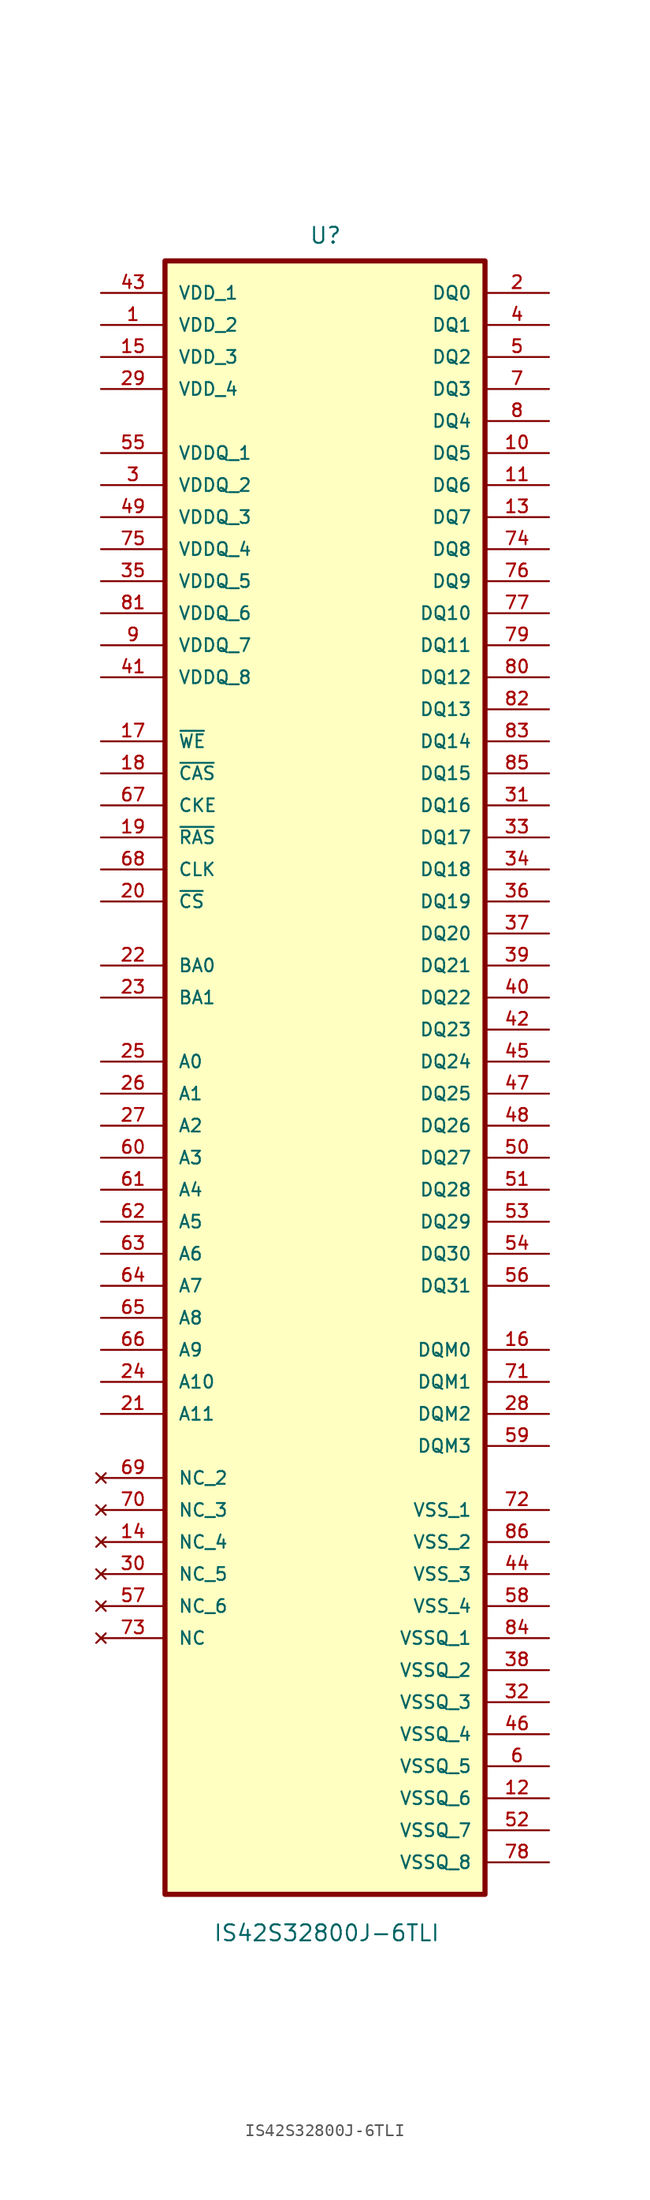
<source format=kicad_sym>
(kicad_symbol_lib
  (version 20211014)
  (generator kicad_symbol_editor)
  (symbol "IS42S32800J-6TLI"
    (pin_names
      (offset 1.016))
    (property "Reference" "U"
      (at -1.27 69.85 0)
      (effects (font (size 1.27 1.27)) (justify left bottom)))
    (property "Value" "IS42S32800J-6TLI"
      (at -8.89 -64.77 0)
      (effects (font (size 1.27 1.27)) (justify left bottom)))
    (property "ki_locked" ""
      (at 0 0 0)
      (effects (font (size 1.27 1.27))))
    (symbol "IS42S32800J-6TLI_0_0"
      (rectangle (start -12.7 68.58) (end 12.7 -60.96) (stroke (width 0.406) (type default) (color 0 0 0 0)) (fill (type background)))
      (pin power_in line (at -17.78 63.5 0) (length 5.08) (name "VDD_2" (effects (font (size 1.016 1.016)))) (number "1" (effects (font (size 1.016 1.016)))))
      (pin bidirectional line (at 17.78 53.34 180) (length 5.08) (name "DQ5" (effects (font (size 1.016 1.016)))) (number "10" (effects (font (size 1.016 1.016)))))
      (pin bidirectional line (at 17.78 50.8 180) (length 5.08) (name "DQ6" (effects (font (size 1.016 1.016)))) (number "11" (effects (font (size 1.016 1.016)))))
      (pin power_in line (at 17.78 -53.34 180) (length 5.08) (name "VSSQ_6" (effects (font (size 1.016 1.016)))) (number "12" (effects (font (size 1.016 1.016)))))
      (pin bidirectional line (at 17.78 48.26 180) (length 5.08) (name "DQ7" (effects (font (size 1.016 1.016)))) (number "13" (effects (font (size 1.016 1.016)))))
      (pin no_connect line (at -17.78 -33.02 0) (length 5.08) (name "NC_4" (effects (font (size 1.016 1.016)))) (number "14" (effects (font (size 1.016 1.016)))))
      (pin power_in line (at -17.78 60.96 0) (length 5.08) (name "VDD_3" (effects (font (size 1.016 1.016)))) (number "15" (effects (font (size 1.016 1.016)))))
      (pin bidirectional line (at 17.78 -17.78 180) (length 5.08) (name "DQM0" (effects (font (size 1.016 1.016)))) (number "16" (effects (font (size 1.016 1.016)))))
      (pin input line (at -17.78 30.48 0) (length 5.08) (name "~{WE}" (effects (font (size 1.016 1.016)))) (number "17" (effects (font (size 1.016 1.016)))))
      (pin input line (at -17.78 27.94 0) (length 5.08) (name "~{CAS}" (effects (font (size 1.016 1.016)))) (number "18" (effects (font (size 1.016 1.016)))))
      (pin input line (at -17.78 22.86 0) (length 5.08) (name "~{RAS}" (effects (font (size 1.016 1.016)))) (number "19" (effects (font (size 1.016 1.016)))))
      (pin bidirectional line (at 17.78 66.04 180) (length 5.08) (name "DQ0" (effects (font (size 1.016 1.016)))) (number "2" (effects (font (size 1.016 1.016)))))
      (pin input line (at -17.78 17.78 0) (length 5.08) (name "~{CS}" (effects (font (size 1.016 1.016)))) (number "20" (effects (font (size 1.016 1.016)))))
      (pin input line (at -17.78 -22.86 0) (length 5.08) (name "A11" (effects (font (size 1.016 1.016)))) (number "21" (effects (font (size 1.016 1.016)))))
      (pin input line (at -17.78 12.7 0) (length 5.08) (name "BA0" (effects (font (size 1.016 1.016)))) (number "22" (effects (font (size 1.016 1.016)))))
      (pin input line (at -17.78 10.16 0) (length 5.08) (name "BA1" (effects (font (size 1.016 1.016)))) (number "23" (effects (font (size 1.016 1.016)))))
      (pin input line (at -17.78 -20.32 0) (length 5.08) (name "A10" (effects (font (size 1.016 1.016)))) (number "24" (effects (font (size 1.016 1.016)))))
      (pin input line (at -17.78 5.08 0) (length 5.08) (name "A0" (effects (font (size 1.016 1.016)))) (number "25" (effects (font (size 1.016 1.016)))))
      (pin input line (at -17.78 2.54 0) (length 5.08) (name "A1" (effects (font (size 1.016 1.016)))) (number "26" (effects (font (size 1.016 1.016)))))
      (pin input line (at -17.78 0 0) (length 5.08) (name "A2" (effects (font (size 1.016 1.016)))) (number "27" (effects (font (size 1.016 1.016)))))
      (pin bidirectional line (at 17.78 -22.86 180) (length 5.08) (name "DQM2" (effects (font (size 1.016 1.016)))) (number "28" (effects (font (size 1.016 1.016)))))
      (pin power_in line (at -17.78 58.42 0) (length 5.08) (name "VDD_4" (effects (font (size 1.016 1.016)))) (number "29" (effects (font (size 1.016 1.016)))))
      (pin power_in line (at -17.78 50.8 0) (length 5.08) (name "VDDQ_2" (effects (font (size 1.016 1.016)))) (number "3" (effects (font (size 1.016 1.016)))))
      (pin no_connect line (at -17.78 -35.56 0) (length 5.08) (name "NC_5" (effects (font (size 1.016 1.016)))) (number "30" (effects (font (size 1.016 1.016)))))
      (pin bidirectional line (at 17.78 25.4 180) (length 5.08) (name "DQ16" (effects (font (size 1.016 1.016)))) (number "31" (effects (font (size 1.016 1.016)))))
      (pin power_in line (at 17.78 -45.72 180) (length 5.08) (name "VSSQ_3" (effects (font (size 1.016 1.016)))) (number "32" (effects (font (size 1.016 1.016)))))
      (pin bidirectional line (at 17.78 22.86 180) (length 5.08) (name "DQ17" (effects (font (size 1.016 1.016)))) (number "33" (effects (font (size 1.016 1.016)))))
      (pin bidirectional line (at 17.78 20.32 180) (length 5.08) (name "DQ18" (effects (font (size 1.016 1.016)))) (number "34" (effects (font (size 1.016 1.016)))))
      (pin power_in line (at -17.78 43.18 0) (length 5.08) (name "VDDQ_5" (effects (font (size 1.016 1.016)))) (number "35" (effects (font (size 1.016 1.016)))))
      (pin bidirectional line (at 17.78 17.78 180) (length 5.08) (name "DQ19" (effects (font (size 1.016 1.016)))) (number "36" (effects (font (size 1.016 1.016)))))
      (pin bidirectional line (at 17.78 15.24 180) (length 5.08) (name "DQ20" (effects (font (size 1.016 1.016)))) (number "37" (effects (font (size 1.016 1.016)))))
      (pin power_in line (at 17.78 -43.18 180) (length 5.08) (name "VSSQ_2" (effects (font (size 1.016 1.016)))) (number "38" (effects (font (size 1.016 1.016)))))
      (pin bidirectional line (at 17.78 12.7 180) (length 5.08) (name "DQ21" (effects (font (size 1.016 1.016)))) (number "39" (effects (font (size 1.016 1.016)))))
      (pin bidirectional line (at 17.78 63.5 180) (length 5.08) (name "DQ1" (effects (font (size 1.016 1.016)))) (number "4" (effects (font (size 1.016 1.016)))))
      (pin bidirectional line (at 17.78 10.16 180) (length 5.08) (name "DQ22" (effects (font (size 1.016 1.016)))) (number "40" (effects (font (size 1.016 1.016)))))
      (pin power_in line (at -17.78 35.56 0) (length 5.08) (name "VDDQ_8" (effects (font (size 1.016 1.016)))) (number "41" (effects (font (size 1.016 1.016)))))
      (pin bidirectional line (at 17.78 7.62 180) (length 5.08) (name "DQ23" (effects (font (size 1.016 1.016)))) (number "42" (effects (font (size 1.016 1.016)))))
      (pin power_in line (at -17.78 66.04 0) (length 5.08) (name "VDD_1" (effects (font (size 1.016 1.016)))) (number "43" (effects (font (size 1.016 1.016)))))
      (pin power_in line (at 17.78 -35.56 180) (length 5.08) (name "VSS_3" (effects (font (size 1.016 1.016)))) (number "44" (effects (font (size 1.016 1.016)))))
      (pin bidirectional line (at 17.78 5.08 180) (length 5.08) (name "DQ24" (effects (font (size 1.016 1.016)))) (number "45" (effects (font (size 1.016 1.016)))))
      (pin power_in line (at 17.78 -48.26 180) (length 5.08) (name "VSSQ_4" (effects (font (size 1.016 1.016)))) (number "46" (effects (font (size 1.016 1.016)))))
      (pin bidirectional line (at 17.78 2.54 180) (length 5.08) (name "DQ25" (effects (font (size 1.016 1.016)))) (number "47" (effects (font (size 1.016 1.016)))))
      (pin bidirectional line (at 17.78 0 180) (length 5.08) (name "DQ26" (effects (font (size 1.016 1.016)))) (number "48" (effects (font (size 1.016 1.016)))))
      (pin power_in line (at -17.78 48.26 0) (length 5.08) (name "VDDQ_3" (effects (font (size 1.016 1.016)))) (number "49" (effects (font (size 1.016 1.016)))))
      (pin bidirectional line (at 17.78 60.96 180) (length 5.08) (name "DQ2" (effects (font (size 1.016 1.016)))) (number "5" (effects (font (size 1.016 1.016)))))
      (pin bidirectional line (at 17.78 -2.54 180) (length 5.08) (name "DQ27" (effects (font (size 1.016 1.016)))) (number "50" (effects (font (size 1.016 1.016)))))
      (pin bidirectional line (at 17.78 -5.08 180) (length 5.08) (name "DQ28" (effects (font (size 1.016 1.016)))) (number "51" (effects (font (size 1.016 1.016)))))
      (pin power_in line (at 17.78 -55.88 180) (length 5.08) (name "VSSQ_7" (effects (font (size 1.016 1.016)))) (number "52" (effects (font (size 1.016 1.016)))))
      (pin bidirectional line (at 17.78 -7.62 180) (length 5.08) (name "DQ29" (effects (font (size 1.016 1.016)))) (number "53" (effects (font (size 1.016 1.016)))))
      (pin bidirectional line (at 17.78 -10.16 180) (length 5.08) (name "DQ30" (effects (font (size 1.016 1.016)))) (number "54" (effects (font (size 1.016 1.016)))))
      (pin power_in line (at -17.78 53.34 0) (length 5.08) (name "VDDQ_1" (effects (font (size 1.016 1.016)))) (number "55" (effects (font (size 1.016 1.016)))))
      (pin bidirectional line (at 17.78 -12.7 180) (length 5.08) (name "DQ31" (effects (font (size 1.016 1.016)))) (number "56" (effects (font (size 1.016 1.016)))))
      (pin no_connect line (at -17.78 -38.1 0) (length 5.08) (name "NC_6" (effects (font (size 1.016 1.016)))) (number "57" (effects (font (size 1.016 1.016)))))
      (pin power_in line (at 17.78 -38.1 180) (length 5.08) (name "VSS_4" (effects (font (size 1.016 1.016)))) (number "58" (effects (font (size 1.016 1.016)))))
      (pin bidirectional line (at 17.78 -25.4 180) (length 5.08) (name "DQM3" (effects (font (size 1.016 1.016)))) (number "59" (effects (font (size 1.016 1.016)))))
      (pin power_in line (at 17.78 -50.8 180) (length 5.08) (name "VSSQ_5" (effects (font (size 1.016 1.016)))) (number "6" (effects (font (size 1.016 1.016)))))
      (pin input line (at -17.78 -2.54 0) (length 5.08) (name "A3" (effects (font (size 1.016 1.016)))) (number "60" (effects (font (size 1.016 1.016)))))
      (pin input line (at -17.78 -5.08 0) (length 5.08) (name "A4" (effects (font (size 1.016 1.016)))) (number "61" (effects (font (size 1.016 1.016)))))
      (pin input line (at -17.78 -7.62 0) (length 5.08) (name "A5" (effects (font (size 1.016 1.016)))) (number "62" (effects (font (size 1.016 1.016)))))
      (pin input line (at -17.78 -10.16 0) (length 5.08) (name "A6" (effects (font (size 1.016 1.016)))) (number "63" (effects (font (size 1.016 1.016)))))
      (pin input line (at -17.78 -12.7 0) (length 5.08) (name "A7" (effects (font (size 1.016 1.016)))) (number "64" (effects (font (size 1.016 1.016)))))
      (pin input line (at -17.78 -15.24 0) (length 5.08) (name "A8" (effects (font (size 1.016 1.016)))) (number "65" (effects (font (size 1.016 1.016)))))
      (pin input line (at -17.78 -17.78 0) (length 5.08) (name "A9" (effects (font (size 1.016 1.016)))) (number "66" (effects (font (size 1.016 1.016)))))
      (pin input line (at -17.78 25.4 0) (length 5.08) (name "CKE" (effects (font (size 1.016 1.016)))) (number "67" (effects (font (size 1.016 1.016)))))
      (pin input line (at -17.78 20.32 0) (length 5.08) (name "CLK" (effects (font (size 1.016 1.016)))) (number "68" (effects (font (size 1.016 1.016)))))
      (pin no_connect line (at -17.78 -27.94 0) (length 5.08) (name "NC_2" (effects (font (size 1.016 1.016)))) (number "69" (effects (font (size 1.016 1.016)))))
      (pin bidirectional line (at 17.78 58.42 180) (length 5.08) (name "DQ3" (effects (font (size 1.016 1.016)))) (number "7" (effects (font (size 1.016 1.016)))))
      (pin no_connect line (at -17.78 -30.48 0) (length 5.08) (name "NC_3" (effects (font (size 1.016 1.016)))) (number "70" (effects (font (size 1.016 1.016)))))
      (pin bidirectional line (at 17.78 -20.32 180) (length 5.08) (name "DQM1" (effects (font (size 1.016 1.016)))) (number "71" (effects (font (size 1.016 1.016)))))
      (pin power_in line (at 17.78 -30.48 180) (length 5.08) (name "VSS_1" (effects (font (size 1.016 1.016)))) (number "72" (effects (font (size 1.016 1.016)))))
      (pin no_connect line (at -17.78 -40.64 0) (length 5.08) (name "NC" (effects (font (size 1.016 1.016)))) (number "73" (effects (font (size 1.016 1.016)))))
      (pin bidirectional line (at 17.78 45.72 180) (length 5.08) (name "DQ8" (effects (font (size 1.016 1.016)))) (number "74" (effects (font (size 1.016 1.016)))))
      (pin power_in line (at -17.78 45.72 0) (length 5.08) (name "VDDQ_4" (effects (font (size 1.016 1.016)))) (number "75" (effects (font (size 1.016 1.016)))))
      (pin bidirectional line (at 17.78 43.18 180) (length 5.08) (name "DQ9" (effects (font (size 1.016 1.016)))) (number "76" (effects (font (size 1.016 1.016)))))
      (pin bidirectional line (at 17.78 40.64 180) (length 5.08) (name "DQ10" (effects (font (size 1.016 1.016)))) (number "77" (effects (font (size 1.016 1.016)))))
      (pin power_in line (at 17.78 -58.42 180) (length 5.08) (name "VSSQ_8" (effects (font (size 1.016 1.016)))) (number "78" (effects (font (size 1.016 1.016)))))
      (pin bidirectional line (at 17.78 38.1 180) (length 5.08) (name "DQ11" (effects (font (size 1.016 1.016)))) (number "79" (effects (font (size 1.016 1.016)))))
      (pin bidirectional line (at 17.78 55.88 180) (length 5.08) (name "DQ4" (effects (font (size 1.016 1.016)))) (number "8" (effects (font (size 1.016 1.016)))))
      (pin bidirectional line (at 17.78 35.56 180) (length 5.08) (name "DQ12" (effects (font (size 1.016 1.016)))) (number "80" (effects (font (size 1.016 1.016)))))
      (pin power_in line (at -17.78 40.64 0) (length 5.08) (name "VDDQ_6" (effects (font (size 1.016 1.016)))) (number "81" (effects (font (size 1.016 1.016)))))
      (pin bidirectional line (at 17.78 33.02 180) (length 5.08) (name "DQ13" (effects (font (size 1.016 1.016)))) (number "82" (effects (font (size 1.016 1.016)))))
      (pin bidirectional line (at 17.78 30.48 180) (length 5.08) (name "DQ14" (effects (font (size 1.016 1.016)))) (number "83" (effects (font (size 1.016 1.016)))))
      (pin power_in line (at 17.78 -40.64 180) (length 5.08) (name "VSSQ_1" (effects (font (size 1.016 1.016)))) (number "84" (effects (font (size 1.016 1.016)))))
      (pin bidirectional line (at 17.78 27.94 180) (length 5.08) (name "DQ15" (effects (font (size 1.016 1.016)))) (number "85" (effects (font (size 1.016 1.016)))))
      (pin power_in line (at 17.78 -33.02 180) (length 5.08) (name "VSS_2" (effects (font (size 1.016 1.016)))) (number "86" (effects (font (size 1.016 1.016)))))
      (pin power_in line (at -17.78 38.1 0) (length 5.08) (name "VDDQ_7" (effects (font (size 1.016 1.016)))) (number "9" (effects (font (size 1.016 1.016))))))))
</source>
